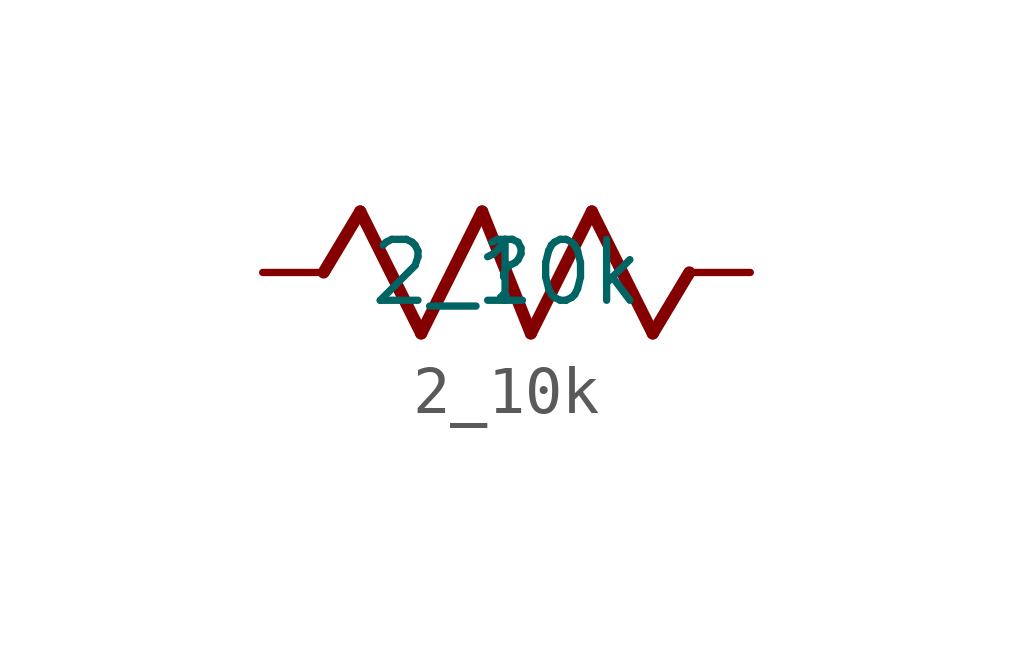
<source format=kicad_sym>
(kicad_symbol_lib
  (version 20211014)
  (generator kicad_symbol_editor)
  (symbol "2_10k"
    (property "Reference" ""
      (at 0 0 0)
      (effects (font (size 1.27 1.27))))
    (property "Value" "2_10k"
      (at 0 0 0)
      (effects (font (size 1.27 1.27))))
    (symbol "2_10k_1_0"
      (polyline (pts (xy -3.81 0) (xy -3.048 1.27)) (stroke (width 0.254) (type default) (color 0 0 0 0)) (fill (type none)))
      (polyline (pts (xy -3.048 1.27) (xy -1.778 -1.27)) (stroke (width 0.254) (type default) (color 0 0 0 0)) (fill (type none)))
      (polyline (pts (xy -1.778 -1.27) (xy -0.508 1.27)) (stroke (width 0.254) (type default) (color 0 0 0 0)) (fill (type none)))
      (polyline (pts (xy -0.508 1.27) (xy 0.508 -1.27)) (stroke (width 0.254) (type default) (color 0 0 0 0)) (fill (type none)))
      (polyline (pts (xy 0.508 -1.27) (xy 1.778 1.27)) (stroke (width 0.254) (type default) (color 0 0 0 0)) (fill (type none)))
      (polyline (pts (xy 1.778 1.27) (xy 3.048 -1.27)) (stroke (width 0.254) (type default) (color 0 0 0 0)) (fill (type none)))
      (polyline (pts (xy 3.048 -1.27) (xy 3.81 0)) (stroke (width 0.254) (type default) (color 0 0 0 0)) (fill (type none)))
      (pin passive line (at 5.08 0 180) (length 1.27) (name "1" (effects (font (size 0 0)))) (number "1" (effects (font (size 0 0)))))
      (pin passive line (at -5.08 0 0) (length 1.27) (name "2" (effects (font (size 0 0)))) (number "2" (effects (font (size 0 0))))))))
</source>
